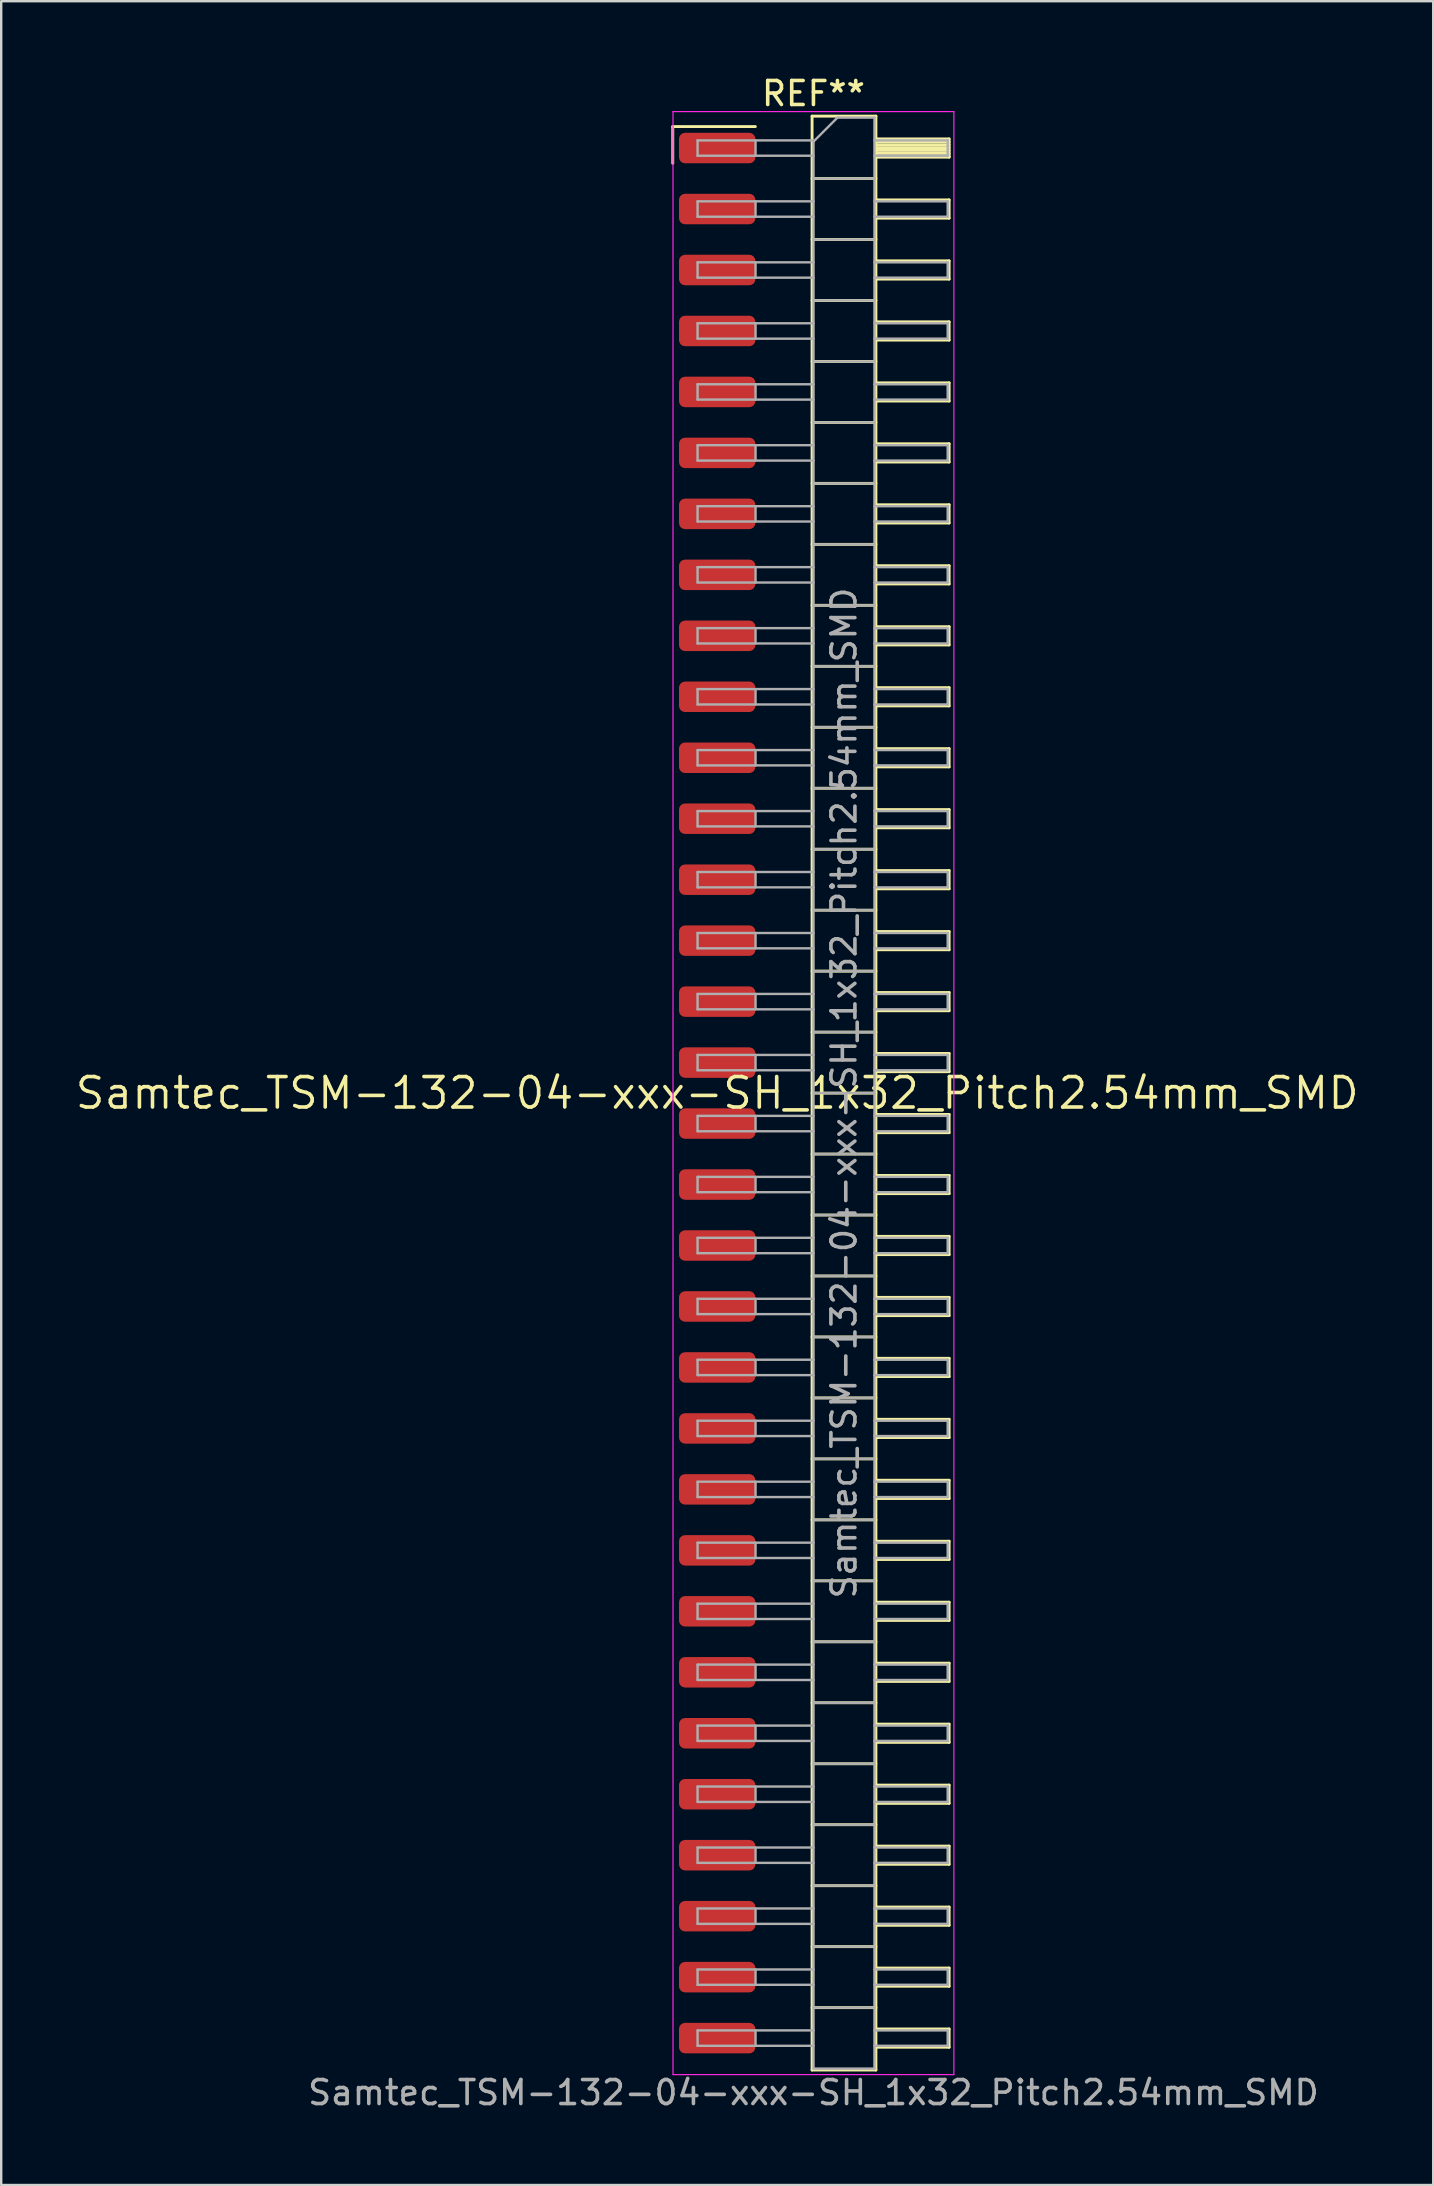
<source format=kicad_pcb>
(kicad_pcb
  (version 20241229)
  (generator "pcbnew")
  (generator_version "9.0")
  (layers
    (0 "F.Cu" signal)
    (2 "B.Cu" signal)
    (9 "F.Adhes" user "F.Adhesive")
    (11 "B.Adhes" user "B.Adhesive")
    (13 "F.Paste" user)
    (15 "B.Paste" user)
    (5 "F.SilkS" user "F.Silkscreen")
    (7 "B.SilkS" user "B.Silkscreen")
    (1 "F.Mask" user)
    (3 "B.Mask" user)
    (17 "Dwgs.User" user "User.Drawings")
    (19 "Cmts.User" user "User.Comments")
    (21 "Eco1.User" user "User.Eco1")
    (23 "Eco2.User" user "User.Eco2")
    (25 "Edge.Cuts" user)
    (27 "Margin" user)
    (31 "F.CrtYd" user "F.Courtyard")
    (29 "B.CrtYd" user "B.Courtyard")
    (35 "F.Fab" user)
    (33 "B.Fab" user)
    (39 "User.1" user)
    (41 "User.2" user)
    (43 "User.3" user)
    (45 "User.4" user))
  (footprint "Samtec_TSM-132-04-xxx-SH_1x32_Pitch2.54mm_SMD"
    (layer "F.Cu")
    (at 26.828 42.488)
    (property "Reference" "Samtec_TSM-132-04-xxx-SH_1x32_Pitch2.54mm_SMD" (at 0 0 0) (layer "F.SilkS") (effects (font (size 1.27 1.27) (thickness 0.15))))
    (attr smd)
    (fp_line (start -1.85 -40.265) (end 1.59 -40.265) (stroke (width 0.12) (type solid)) (layer "F.SilkS"))
    (fp_line (start -1.85 -38.735) (end -1.85 -40.265) (stroke (width 0.12) (type solid)) (layer "F.SilkS"))
    (fp_line (start 3.953 -40.7) (end 6.613 -40.7) (stroke (width 0.12) (type solid)) (layer "F.SilkS"))
    (fp_line (start 3.953 -38.1) (end 6.613 -38.1) (stroke (width 0.12) (type solid)) (layer "F.SilkS"))
    (fp_line (start 3.953 -35.56) (end 6.613 -35.56) (stroke (width 0.12) (type solid)) (layer "F.SilkS"))
    (fp_line (start 3.953 -33.02) (end 6.613 -33.02) (stroke (width 0.12) (type solid)) (layer "F.SilkS"))
    (fp_line (start 3.953 -30.48) (end 6.613 -30.48) (stroke (width 0.12) (type solid)) (layer "F.SilkS"))
    (fp_line (start 3.953 -27.94) (end 6.613 -27.94) (stroke (width 0.12) (type solid)) (layer "F.SilkS"))
    (fp_line (start 3.953 -25.4) (end 6.613 -25.4) (stroke (width 0.12) (type solid)) (layer "F.SilkS"))
    (fp_line (start 3.953 -22.86) (end 6.613 -22.86) (stroke (width 0.12) (type solid)) (layer "F.SilkS"))
    (fp_line (start 3.953 -20.32) (end 6.613 -20.32) (stroke (width 0.12) (type solid)) (layer "F.SilkS"))
    (fp_line (start 3.953 -17.78) (end 6.613 -17.78) (stroke (width 0.12) (type solid)) (layer "F.SilkS"))
    (fp_line (start 3.953 -15.24) (end 6.613 -15.24) (stroke (width 0.12) (type solid)) (layer "F.SilkS"))
    (fp_line (start 3.953 -12.7) (end 6.613 -12.7) (stroke (width 0.12) (type solid)) (layer "F.SilkS"))
    (fp_line (start 3.953 -10.16) (end 6.613 -10.16) (stroke (width 0.12) (type solid)) (layer "F.SilkS"))
    (fp_line (start 3.953 -7.62) (end 6.613 -7.62) (stroke (width 0.12) (type solid)) (layer "F.SilkS"))
    (fp_line (start 3.953 -5.08) (end 6.613 -5.08) (stroke (width 0.12) (type solid)) (layer "F.SilkS"))
    (fp_line (start 3.953 -2.54) (end 6.613 -2.54) (stroke (width 0.12) (type solid)) (layer "F.SilkS"))
    (fp_line (start 3.953 0) (end 6.613 0) (stroke (width 0.12) (type solid)) (layer "F.SilkS"))
    (fp_line (start 3.953 2.54) (end 6.613 2.54) (stroke (width 0.12) (type solid)) (layer "F.SilkS"))
    (fp_line (start 3.953 5.08) (end 6.613 5.08) (stroke (width 0.12) (type solid)) (layer "F.SilkS"))
    (fp_line (start 3.953 7.62) (end 6.613 7.62) (stroke (width 0.12) (type solid)) (layer "F.SilkS"))
    (fp_line (start 3.953 10.16) (end 6.613 10.16) (stroke (width 0.12) (type solid)) (layer "F.SilkS"))
    (fp_line (start 3.953 12.7) (end 6.613 12.7) (stroke (width 0.12) (type solid)) (layer "F.SilkS"))
    (fp_line (start 3.953 15.24) (end 6.613 15.24) (stroke (width 0.12) (type solid)) (layer "F.SilkS"))
    (fp_line (start 3.953 17.78) (end 6.613 17.78) (stroke (width 0.12) (type solid)) (layer "F.SilkS"))
    (fp_line (start 3.953 20.32) (end 6.613 20.32) (stroke (width 0.12) (type solid)) (layer "F.SilkS"))
    (fp_line (start 3.953 22.86) (end 6.613 22.86) (stroke (width 0.12) (type solid)) (layer "F.SilkS"))
    (fp_line (start 3.953 25.4) (end 6.613 25.4) (stroke (width 0.12) (type solid)) (layer "F.SilkS"))
    (fp_line (start 3.953 27.94) (end 6.613 27.94) (stroke (width 0.12) (type solid)) (layer "F.SilkS"))
    (fp_line (start 3.953 30.48) (end 6.613 30.48) (stroke (width 0.12) (type solid)) (layer "F.SilkS"))
    (fp_line (start 3.953 33.02) (end 6.613 33.02) (stroke (width 0.12) (type solid)) (layer "F.SilkS"))
    (fp_line (start 3.953 35.56) (end 6.613 35.56) (stroke (width 0.12) (type solid)) (layer "F.SilkS"))
    (fp_line (start 3.953 38.1) (end 6.613 38.1) (stroke (width 0.12) (type solid)) (layer "F.SilkS"))
    (fp_line (start 3.953 40.7) (end 3.953 -40.7) (stroke (width 0.12) (type solid)) (layer "F.SilkS"))
    (fp_line (start 6.613 -40.7) (end 6.613 40.7) (stroke (width 0.12) (type solid)) (layer "F.SilkS"))
    (fp_line (start 6.613 -39.75) (end 9.663 -39.75) (stroke (width 0.12) (type solid)) (layer "F.SilkS"))
    (fp_line (start 6.613 -39.63) (end 9.663 -39.63) (stroke (width 0.12) (type solid)) (layer "F.SilkS"))
    (fp_line (start 6.613 -39.51) (end 9.663 -39.51) (stroke (width 0.12) (type solid)) (layer "F.SilkS"))
    (fp_line (start 6.613 -39.39) (end 9.663 -39.39) (stroke (width 0.12) (type solid)) (layer "F.SilkS"))
    (fp_line (start 6.613 -39.27) (end 9.663 -39.27) (stroke (width 0.12) (type solid)) (layer "F.SilkS"))
    (fp_line (start 6.613 -39.15) (end 9.663 -39.15) (stroke (width 0.12) (type solid)) (layer "F.SilkS"))
    (fp_line (start 6.613 -39.03) (end 9.663 -39.03) (stroke (width 0.12) (type solid)) (layer "F.SilkS"))
    (fp_line (start 6.613 -38.99) (end 9.663 -38.99) (stroke (width 0.12) (type solid)) (layer "F.SilkS"))
    (fp_line (start 6.613 -37.21) (end 9.663 -37.21) (stroke (width 0.12) (type solid)) (layer "F.SilkS"))
    (fp_line (start 6.613 -36.45) (end 9.663 -36.45) (stroke (width 0.12) (type solid)) (layer "F.SilkS"))
    (fp_line (start 6.613 -34.67) (end 9.663 -34.67) (stroke (width 0.12) (type solid)) (layer "F.SilkS"))
    (fp_line (start 6.613 -33.91) (end 9.663 -33.91) (stroke (width 0.12) (type solid)) (layer "F.SilkS"))
    (fp_line (start 6.613 -32.13) (end 9.663 -32.13) (stroke (width 0.12) (type solid)) (layer "F.SilkS"))
    (fp_line (start 6.613 -31.37) (end 9.663 -31.37) (stroke (width 0.12) (type solid)) (layer "F.SilkS"))
    (fp_line (start 6.613 -29.59) (end 9.663 -29.59) (stroke (width 0.12) (type solid)) (layer "F.SilkS"))
    (fp_line (start 6.613 -28.83) (end 9.663 -28.83) (stroke (width 0.12) (type solid)) (layer "F.SilkS"))
    (fp_line (start 6.613 -27.05) (end 9.663 -27.05) (stroke (width 0.12) (type solid)) (layer "F.SilkS"))
    (fp_line (start 6.613 -26.29) (end 9.663 -26.29) (stroke (width 0.12) (type solid)) (layer "F.SilkS"))
    (fp_line (start 6.613 -24.51) (end 9.663 -24.51) (stroke (width 0.12) (type solid)) (layer "F.SilkS"))
    (fp_line (start 6.613 -23.75) (end 9.663 -23.75) (stroke (width 0.12) (type solid)) (layer "F.SilkS"))
    (fp_line (start 6.613 -21.97) (end 9.663 -21.97) (stroke (width 0.12) (type solid)) (layer "F.SilkS"))
    (fp_line (start 6.613 -21.21) (end 9.663 -21.21) (stroke (width 0.12) (type solid)) (layer "F.SilkS"))
    (fp_line (start 6.613 -19.43) (end 9.663 -19.43) (stroke (width 0.12) (type solid)) (layer "F.SilkS"))
    (fp_line (start 6.613 -18.67) (end 9.663 -18.67) (stroke (width 0.12) (type solid)) (layer "F.SilkS"))
    (fp_line (start 6.613 -16.89) (end 9.663 -16.89) (stroke (width 0.12) (type solid)) (layer "F.SilkS"))
    (fp_line (start 6.613 -16.13) (end 9.663 -16.13) (stroke (width 0.12) (type solid)) (layer "F.SilkS"))
    (fp_line (start 6.613 -14.35) (end 9.663 -14.35) (stroke (width 0.12) (type solid)) (layer "F.SilkS"))
    (fp_line (start 6.613 -13.59) (end 9.663 -13.59) (stroke (width 0.12) (type solid)) (layer "F.SilkS"))
    (fp_line (start 6.613 -11.81) (end 9.663 -11.81) (stroke (width 0.12) (type solid)) (layer "F.SilkS"))
    (fp_line (start 6.613 -11.05) (end 9.663 -11.05) (stroke (width 0.12) (type solid)) (layer "F.SilkS"))
    (fp_line (start 6.613 -9.27) (end 9.663 -9.27) (stroke (width 0.12) (type solid)) (layer "F.SilkS"))
    (fp_line (start 6.613 -8.51) (end 9.663 -8.51) (stroke (width 0.12) (type solid)) (layer "F.SilkS"))
    (fp_line (start 6.613 -6.73) (end 9.663 -6.73) (stroke (width 0.12) (type solid)) (layer "F.SilkS"))
    (fp_line (start 6.613 -5.97) (end 9.663 -5.97) (stroke (width 0.12) (type solid)) (layer "F.SilkS"))
    (fp_line (start 6.613 -4.19) (end 9.663 -4.19) (stroke (width 0.12) (type solid)) (layer "F.SilkS"))
    (fp_line (start 6.613 -3.43) (end 9.663 -3.43) (stroke (width 0.12) (type solid)) (layer "F.SilkS"))
    (fp_line (start 6.613 -1.65) (end 9.663 -1.65) (stroke (width 0.12) (type solid)) (layer "F.SilkS"))
    (fp_line (start 6.613 -0.89) (end 9.663 -0.89) (stroke (width 0.12) (type solid)) (layer "F.SilkS"))
    (fp_line (start 6.613 0.89) (end 9.663 0.89) (stroke (width 0.12) (type solid)) (layer "F.SilkS"))
    (fp_line (start 6.613 1.65) (end 9.663 1.65) (stroke (width 0.12) (type solid)) (layer "F.SilkS"))
    (fp_line (start 6.613 3.43) (end 9.663 3.43) (stroke (width 0.12) (type solid)) (layer "F.SilkS"))
    (fp_line (start 6.613 4.19) (end 9.663 4.19) (stroke (width 0.12) (type solid)) (layer "F.SilkS"))
    (fp_line (start 6.613 5.97) (end 9.663 5.97) (stroke (width 0.12) (type solid)) (layer "F.SilkS"))
    (fp_line (start 6.613 6.73) (end 9.663 6.73) (stroke (width 0.12) (type solid)) (layer "F.SilkS"))
    (fp_line (start 6.613 8.51) (end 9.663 8.51) (stroke (width 0.12) (type solid)) (layer "F.SilkS"))
    (fp_line (start 6.613 9.27) (end 9.663 9.27) (stroke (width 0.12) (type solid)) (layer "F.SilkS"))
    (fp_line (start 6.613 11.05) (end 9.663 11.05) (stroke (width 0.12) (type solid)) (layer "F.SilkS"))
    (fp_line (start 6.613 11.81) (end 9.663 11.81) (stroke (width 0.12) (type solid)) (layer "F.SilkS"))
    (fp_line (start 6.613 13.59) (end 9.663 13.59) (stroke (width 0.12) (type solid)) (layer "F.SilkS"))
    (fp_line (start 6.613 14.35) (end 9.663 14.35) (stroke (width 0.12) (type solid)) (layer "F.SilkS"))
    (fp_line (start 6.613 16.13) (end 9.663 16.13) (stroke (width 0.12) (type solid)) (layer "F.SilkS"))
    (fp_line (start 6.613 16.89) (end 9.663 16.89) (stroke (width 0.12) (type solid)) (layer "F.SilkS"))
    (fp_line (start 6.613 18.67) (end 9.663 18.67) (stroke (width 0.12) (type solid)) (layer "F.SilkS"))
    (fp_line (start 6.613 19.43) (end 9.663 19.43) (stroke (width 0.12) (type solid)) (layer "F.SilkS"))
    (fp_line (start 6.613 21.21) (end 9.663 21.21) (stroke (width 0.12) (type solid)) (layer "F.SilkS"))
    (fp_line (start 6.613 21.97) (end 9.663 21.97) (stroke (width 0.12) (type solid)) (layer "F.SilkS"))
    (fp_line (start 6.613 23.75) (end 9.663 23.75) (stroke (width 0.12) (type solid)) (layer "F.SilkS"))
    (fp_line (start 6.613 24.51) (end 9.663 24.51) (stroke (width 0.12) (type solid)) (layer "F.SilkS"))
    (fp_line (start 6.613 26.29) (end 9.663 26.29) (stroke (width 0.12) (type solid)) (layer "F.SilkS"))
    (fp_line (start 6.613 27.05) (end 9.663 27.05) (stroke (width 0.12) (type solid)) (layer "F.SilkS"))
    (fp_line (start 6.613 28.83) (end 9.663 28.83) (stroke (width 0.12) (type solid)) (layer "F.SilkS"))
    (fp_line (start 6.613 29.59) (end 9.663 29.59) (stroke (width 0.12) (type solid)) (layer "F.SilkS"))
    (fp_line (start 6.613 31.37) (end 9.663 31.37) (stroke (width 0.12) (type solid)) (layer "F.SilkS"))
    (fp_line (start 6.613 32.13) (end 9.663 32.13) (stroke (width 0.12) (type solid)) (layer "F.SilkS"))
    (fp_line (start 6.613 33.91) (end 9.663 33.91) (stroke (width 0.12) (type solid)) (layer "F.SilkS"))
    (fp_line (start 6.613 34.67) (end 9.663 34.67) (stroke (width 0.12) (type solid)) (layer "F.SilkS"))
    (fp_line (start 6.613 36.45) (end 9.663 36.45) (stroke (width 0.12) (type solid)) (layer "F.SilkS"))
    (fp_line (start 6.613 37.21) (end 9.663 37.21) (stroke (width 0.12) (type solid)) (layer "F.SilkS"))
    (fp_line (start 6.613 38.99) (end 9.663 38.99) (stroke (width 0.12) (type solid)) (layer "F.SilkS"))
    (fp_line (start 6.613 39.75) (end 9.663 39.75) (stroke (width 0.12) (type solid)) (layer "F.SilkS"))
    (fp_line (start 6.613 40.7) (end 3.953 40.7) (stroke (width 0.12) (type solid)) (layer "F.SilkS"))
    (fp_line (start 9.663 -39.75) (end 9.663 -38.99) (stroke (width 0.12) (type solid)) (layer "F.SilkS"))
    (fp_line (start 9.663 -37.21) (end 9.663 -36.45) (stroke (width 0.12) (type solid)) (layer "F.SilkS"))
    (fp_line (start 9.663 -34.67) (end 9.663 -33.91) (stroke (width 0.12) (type solid)) (layer "F.SilkS"))
    (fp_line (start 9.663 -32.13) (end 9.663 -31.37) (stroke (width 0.12) (type solid)) (layer "F.SilkS"))
    (fp_line (start 9.663 -29.59) (end 9.663 -28.83) (stroke (width 0.12) (type solid)) (layer "F.SilkS"))
    (fp_line (start 9.663 -27.05) (end 9.663 -26.29) (stroke (width 0.12) (type solid)) (layer "F.SilkS"))
    (fp_line (start 9.663 -24.51) (end 9.663 -23.75) (stroke (width 0.12) (type solid)) (layer "F.SilkS"))
    (fp_line (start 9.663 -21.97) (end 9.663 -21.21) (stroke (width 0.12) (type solid)) (layer "F.SilkS"))
    (fp_line (start 9.663 -19.43) (end 9.663 -18.67) (stroke (width 0.12) (type solid)) (layer "F.SilkS"))
    (fp_line (start 9.663 -16.89) (end 9.663 -16.13) (stroke (width 0.12) (type solid)) (layer "F.SilkS"))
    (fp_line (start 9.663 -14.35) (end 9.663 -13.59) (stroke (width 0.12) (type solid)) (layer "F.SilkS"))
    (fp_line (start 9.663 -11.81) (end 9.663 -11.05) (stroke (width 0.12) (type solid)) (layer "F.SilkS"))
    (fp_line (start 9.663 -9.27) (end 9.663 -8.51) (stroke (width 0.12) (type solid)) (layer "F.SilkS"))
    (fp_line (start 9.663 -6.73) (end 9.663 -5.97) (stroke (width 0.12) (type solid)) (layer "F.SilkS"))
    (fp_line (start 9.663 -4.19) (end 9.663 -3.43) (stroke (width 0.12) (type solid)) (layer "F.SilkS"))
    (fp_line (start 9.663 -1.65) (end 9.663 -0.89) (stroke (width 0.12) (type solid)) (layer "F.SilkS"))
    (fp_line (start 9.663 0.89) (end 9.663 1.65) (stroke (width 0.12) (type solid)) (layer "F.SilkS"))
    (fp_line (start 9.663 3.43) (end 9.663 4.19) (stroke (width 0.12) (type solid)) (layer "F.SilkS"))
    (fp_line (start 9.663 5.97) (end 9.663 6.73) (stroke (width 0.12) (type solid)) (layer "F.SilkS"))
    (fp_line (start 9.663 8.51) (end 9.663 9.27) (stroke (width 0.12) (type solid)) (layer "F.SilkS"))
    (fp_line (start 9.663 11.05) (end 9.663 11.81) (stroke (width 0.12) (type solid)) (layer "F.SilkS"))
    (fp_line (start 9.663 13.59) (end 9.663 14.35) (stroke (width 0.12) (type solid)) (layer "F.SilkS"))
    (fp_line (start 9.663 16.13) (end 9.663 16.89) (stroke (width 0.12) (type solid)) (layer "F.SilkS"))
    (fp_line (start 9.663 18.67) (end 9.663 19.43) (stroke (width 0.12) (type solid)) (layer "F.SilkS"))
    (fp_line (start 9.663 21.21) (end 9.663 21.97) (stroke (width 0.12) (type solid)) (layer "F.SilkS"))
    (fp_line (start 9.663 23.75) (end 9.663 24.51) (stroke (width 0.12) (type solid)) (layer "F.SilkS"))
    (fp_line (start 9.663 26.29) (end 9.663 27.05) (stroke (width 0.12) (type solid)) (layer "F.SilkS"))
    (fp_line (start 9.663 28.83) (end 9.663 29.59) (stroke (width 0.12) (type solid)) (layer "F.SilkS"))
    (fp_line (start 9.663 31.37) (end 9.663 32.13) (stroke (width 0.12) (type solid)) (layer "F.SilkS"))
    (fp_line (start 9.663 33.91) (end 9.663 34.67) (stroke (width 0.12) (type solid)) (layer "F.SilkS"))
    (fp_line (start 9.663 36.45) (end 9.663 37.21) (stroke (width 0.12) (type solid)) (layer "F.SilkS"))
    (fp_line (start 9.663 38.99) (end 9.663 39.75) (stroke (width 0.12) (type solid)) (layer "F.SilkS"))
    (fp_line (start -1.84 -40.89) (end 9.86 -40.89) (stroke (width 0.05) (type solid)) (layer "F.CrtYd"))
    (fp_line (start -1.84 40.89) (end -1.84 -40.89) (stroke (width 0.05) (type solid)) (layer "F.CrtYd"))
    (fp_line (start 9.86 -40.89) (end 9.86 40.89) (stroke (width 0.05) (type solid)) (layer "F.CrtYd"))
    (fp_line (start 9.86 40.89) (end -1.84 40.89) (stroke (width 0.05) (type solid)) (layer "F.CrtYd"))
    (fp_line (start -0.817 -39.69) (end -0.817 -39.05) (stroke (width 0.1) (type solid)) (layer "F.Fab"))
    (fp_line (start -0.817 -39.69) (end 4.013 -39.69) (stroke (width 0.1) (type solid)) (layer "F.Fab"))
    (fp_line (start -0.817 -39.05) (end 4.013 -39.05) (stroke (width 0.1) (type solid)) (layer "F.Fab"))
    (fp_line (start -0.817 -37.15) (end -0.817 -36.51) (stroke (width 0.1) (type solid)) (layer "F.Fab"))
    (fp_line (start -0.817 -37.15) (end 4.013 -37.15) (stroke (width 0.1) (type solid)) (layer "F.Fab"))
    (fp_line (start -0.817 -36.51) (end 4.013 -36.51) (stroke (width 0.1) (type solid)) (layer "F.Fab"))
    (fp_line (start -0.817 -34.61) (end -0.817 -33.97) (stroke (width 0.1) (type solid)) (layer "F.Fab"))
    (fp_line (start -0.817 -34.61) (end 4.013 -34.61) (stroke (width 0.1) (type solid)) (layer "F.Fab"))
    (fp_line (start -0.817 -33.97) (end 4.013 -33.97) (stroke (width 0.1) (type solid)) (layer "F.Fab"))
    (fp_line (start -0.817 -32.07) (end -0.817 -31.43) (stroke (width 0.1) (type solid)) (layer "F.Fab"))
    (fp_line (start -0.817 -32.07) (end 4.013 -32.07) (stroke (width 0.1) (type solid)) (layer "F.Fab"))
    (fp_line (start -0.817 -31.43) (end 4.013 -31.43) (stroke (width 0.1) (type solid)) (layer "F.Fab"))
    (fp_line (start -0.817 -29.53) (end -0.817 -28.89) (stroke (width 0.1) (type solid)) (layer "F.Fab"))
    (fp_line (start -0.817 -29.53) (end 4.013 -29.53) (stroke (width 0.1) (type solid)) (layer "F.Fab"))
    (fp_line (start -0.817 -28.89) (end 4.013 -28.89) (stroke (width 0.1) (type solid)) (layer "F.Fab"))
    (fp_line (start -0.817 -26.99) (end -0.817 -26.35) (stroke (width 0.1) (type solid)) (layer "F.Fab"))
    (fp_line (start -0.817 -26.99) (end 4.013 -26.99) (stroke (width 0.1) (type solid)) (layer "F.Fab"))
    (fp_line (start -0.817 -26.35) (end 4.013 -26.35) (stroke (width 0.1) (type solid)) (layer "F.Fab"))
    (fp_line (start -0.817 -24.45) (end -0.817 -23.81) (stroke (width 0.1) (type solid)) (layer "F.Fab"))
    (fp_line (start -0.817 -24.45) (end 4.013 -24.45) (stroke (width 0.1) (type solid)) (layer "F.Fab"))
    (fp_line (start -0.817 -23.81) (end 4.013 -23.81) (stroke (width 0.1) (type solid)) (layer "F.Fab"))
    (fp_line (start -0.817 -21.91) (end -0.817 -21.27) (stroke (width 0.1) (type solid)) (layer "F.Fab"))
    (fp_line (start -0.817 -21.91) (end 4.013 -21.91) (stroke (width 0.1) (type solid)) (layer "F.Fab"))
    (fp_line (start -0.817 -21.27) (end 4.013 -21.27) (stroke (width 0.1) (type solid)) (layer "F.Fab"))
    (fp_line (start -0.817 -19.37) (end -0.817 -18.73) (stroke (width 0.1) (type solid)) (layer "F.Fab"))
    (fp_line (start -0.817 -19.37) (end 4.013 -19.37) (stroke (width 0.1) (type solid)) (layer "F.Fab"))
    (fp_line (start -0.817 -18.73) (end 4.013 -18.73) (stroke (width 0.1) (type solid)) (layer "F.Fab"))
    (fp_line (start -0.817 -16.83) (end -0.817 -16.19) (stroke (width 0.1) (type solid)) (layer "F.Fab"))
    (fp_line (start -0.817 -16.83) (end 4.013 -16.83) (stroke (width 0.1) (type solid)) (layer "F.Fab"))
    (fp_line (start -0.817 -16.19) (end 4.013 -16.19) (stroke (width 0.1) (type solid)) (layer "F.Fab"))
    (fp_line (start -0.817 -14.29) (end -0.817 -13.65) (stroke (width 0.1) (type solid)) (layer "F.Fab"))
    (fp_line (start -0.817 -14.29) (end 4.013 -14.29) (stroke (width 0.1) (type solid)) (layer "F.Fab"))
    (fp_line (start -0.817 -13.65) (end 4.013 -13.65) (stroke (width 0.1) (type solid)) (layer "F.Fab"))
    (fp_line (start -0.817 -11.75) (end -0.817 -11.11) (stroke (width 0.1) (type solid)) (layer "F.Fab"))
    (fp_line (start -0.817 -11.75) (end 4.013 -11.75) (stroke (width 0.1) (type solid)) (layer "F.Fab"))
    (fp_line (start -0.817 -11.11) (end 4.013 -11.11) (stroke (width 0.1) (type solid)) (layer "F.Fab"))
    (fp_line (start -0.817 -9.21) (end -0.817 -8.57) (stroke (width 0.1) (type solid)) (layer "F.Fab"))
    (fp_line (start -0.817 -9.21) (end 4.013 -9.21) (stroke (width 0.1) (type solid)) (layer "F.Fab"))
    (fp_line (start -0.817 -8.57) (end 4.013 -8.57) (stroke (width 0.1) (type solid)) (layer "F.Fab"))
    (fp_line (start -0.817 -6.67) (end -0.817 -6.03) (stroke (width 0.1) (type solid)) (layer "F.Fab"))
    (fp_line (start -0.817 -6.67) (end 4.013 -6.67) (stroke (width 0.1) (type solid)) (layer "F.Fab"))
    (fp_line (start -0.817 -6.03) (end 4.013 -6.03) (stroke (width 0.1) (type solid)) (layer "F.Fab"))
    (fp_line (start -0.817 -4.13) (end -0.817 -3.49) (stroke (width 0.1) (type solid)) (layer "F.Fab"))
    (fp_line (start -0.817 -4.13) (end 4.013 -4.13) (stroke (width 0.1) (type solid)) (layer "F.Fab"))
    (fp_line (start -0.817 -3.49) (end 4.013 -3.49) (stroke (width 0.1) (type solid)) (layer "F.Fab"))
    (fp_line (start -0.817 -1.59) (end -0.817 -0.95) (stroke (width 0.1) (type solid)) (layer "F.Fab"))
    (fp_line (start -0.817 -1.59) (end 4.013 -1.59) (stroke (width 0.1) (type solid)) (layer "F.Fab"))
    (fp_line (start -0.817 -0.95) (end 4.013 -0.95) (stroke (width 0.1) (type solid)) (layer "F.Fab"))
    (fp_line (start -0.817 0.95) (end -0.817 1.59) (stroke (width 0.1) (type solid)) (layer "F.Fab"))
    (fp_line (start -0.817 0.95) (end 4.013 0.95) (stroke (width 0.1) (type solid)) (layer "F.Fab"))
    (fp_line (start -0.817 1.59) (end 4.013 1.59) (stroke (width 0.1) (type solid)) (layer "F.Fab"))
    (fp_line (start -0.817 3.49) (end -0.817 4.13) (stroke (width 0.1) (type solid)) (layer "F.Fab"))
    (fp_line (start -0.817 3.49) (end 4.013 3.49) (stroke (width 0.1) (type solid)) (layer "F.Fab"))
    (fp_line (start -0.817 4.13) (end 4.013 4.13) (stroke (width 0.1) (type solid)) (layer "F.Fab"))
    (fp_line (start -0.817 6.03) (end -0.817 6.67) (stroke (width 0.1) (type solid)) (layer "F.Fab"))
    (fp_line (start -0.817 6.03) (end 4.013 6.03) (stroke (width 0.1) (type solid)) (layer "F.Fab"))
    (fp_line (start -0.817 6.67) (end 4.013 6.67) (stroke (width 0.1) (type solid)) (layer "F.Fab"))
    (fp_line (start -0.817 8.57) (end -0.817 9.21) (stroke (width 0.1) (type solid)) (layer "F.Fab"))
    (fp_line (start -0.817 8.57) (end 4.013 8.57) (stroke (width 0.1) (type solid)) (layer "F.Fab"))
    (fp_line (start -0.817 9.21) (end 4.013 9.21) (stroke (width 0.1) (type solid)) (layer "F.Fab"))
    (fp_line (start -0.817 11.11) (end -0.817 11.75) (stroke (width 0.1) (type solid)) (layer "F.Fab"))
    (fp_line (start -0.817 11.11) (end 4.013 11.11) (stroke (width 0.1) (type solid)) (layer "F.Fab"))
    (fp_line (start -0.817 11.75) (end 4.013 11.75) (stroke (width 0.1) (type solid)) (layer "F.Fab"))
    (fp_line (start -0.817 13.65) (end -0.817 14.29) (stroke (width 0.1) (type solid)) (layer "F.Fab"))
    (fp_line (start -0.817 13.65) (end 4.013 13.65) (stroke (width 0.1) (type solid)) (layer "F.Fab"))
    (fp_line (start -0.817 14.29) (end 4.013 14.29) (stroke (width 0.1) (type solid)) (layer "F.Fab"))
    (fp_line (start -0.817 16.19) (end -0.817 16.83) (stroke (width 0.1) (type solid)) (layer "F.Fab"))
    (fp_line (start -0.817 16.19) (end 4.013 16.19) (stroke (width 0.1) (type solid)) (layer "F.Fab"))
    (fp_line (start -0.817 16.83) (end 4.013 16.83) (stroke (width 0.1) (type solid)) (layer "F.Fab"))
    (fp_line (start -0.817 18.73) (end -0.817 19.37) (stroke (width 0.1) (type solid)) (layer "F.Fab"))
    (fp_line (start -0.817 18.73) (end 4.013 18.73) (stroke (width 0.1) (type solid)) (layer "F.Fab"))
    (fp_line (start -0.817 19.37) (end 4.013 19.37) (stroke (width 0.1) (type solid)) (layer "F.Fab"))
    (fp_line (start -0.817 21.27) (end -0.817 21.91) (stroke (width 0.1) (type solid)) (layer "F.Fab"))
    (fp_line (start -0.817 21.27) (end 4.013 21.27) (stroke (width 0.1) (type solid)) (layer "F.Fab"))
    (fp_line (start -0.817 21.91) (end 4.013 21.91) (stroke (width 0.1) (type solid)) (layer "F.Fab"))
    (fp_line (start -0.817 23.81) (end -0.817 24.45) (stroke (width 0.1) (type solid)) (layer "F.Fab"))
    (fp_line (start -0.817 23.81) (end 4.013 23.81) (stroke (width 0.1) (type solid)) (layer "F.Fab"))
    (fp_line (start -0.817 24.45) (end 4.013 24.45) (stroke (width 0.1) (type solid)) (layer "F.Fab"))
    (fp_line (start -0.817 26.35) (end -0.817 26.99) (stroke (width 0.1) (type solid)) (layer "F.Fab"))
    (fp_line (start -0.817 26.35) (end 4.013 26.35) (stroke (width 0.1) (type solid)) (layer "F.Fab"))
    (fp_line (start -0.817 26.99) (end 4.013 26.99) (stroke (width 0.1) (type solid)) (layer "F.Fab"))
    (fp_line (start -0.817 28.89) (end -0.817 29.53) (stroke (width 0.1) (type solid)) (layer "F.Fab"))
    (fp_line (start -0.817 28.89) (end 4.013 28.89) (stroke (width 0.1) (type solid)) (layer "F.Fab"))
    (fp_line (start -0.817 29.53) (end 4.013 29.53) (stroke (width 0.1) (type solid)) (layer "F.Fab"))
    (fp_line (start -0.817 31.43) (end -0.817 32.07) (stroke (width 0.1) (type solid)) (layer "F.Fab"))
    (fp_line (start -0.817 31.43) (end 4.013 31.43) (stroke (width 0.1) (type solid)) (layer "F.Fab"))
    (fp_line (start -0.817 32.07) (end 4.013 32.07) (stroke (width 0.1) (type solid)) (layer "F.Fab"))
    (fp_line (start -0.817 33.97) (end -0.817 34.61) (stroke (width 0.1) (type solid)) (layer "F.Fab"))
    (fp_line (start -0.817 33.97) (end 4.013 33.97) (stroke (width 0.1) (type solid)) (layer "F.Fab"))
    (fp_line (start -0.817 34.61) (end 4.013 34.61) (stroke (width 0.1) (type solid)) (layer "F.Fab"))
    (fp_line (start -0.817 36.51) (end -0.817 37.15) (stroke (width 0.1) (type solid)) (layer "F.Fab"))
    (fp_line (start -0.817 36.51) (end 4.013 36.51) (stroke (width 0.1) (type solid)) (layer "F.Fab"))
    (fp_line (start -0.817 37.15) (end 4.013 37.15) (stroke (width 0.1) (type solid)) (layer "F.Fab"))
    (fp_line (start -0.817 39.05) (end -0.817 39.69) (stroke (width 0.1) (type solid)) (layer "F.Fab"))
    (fp_line (start -0.817 39.05) (end 4.013 39.05) (stroke (width 0.1) (type solid)) (layer "F.Fab"))
    (fp_line (start -0.817 39.69) (end 4.013 39.69) (stroke (width 0.1) (type solid)) (layer "F.Fab"))
    (fp_line (start 1.598 -39.69) (end 1.598 -39.05) (stroke (width 0.1) (type solid)) (layer "F.Fab"))
    (fp_line (start 1.598 -37.15) (end 1.598 -36.51) (stroke (width 0.1) (type solid)) (layer "F.Fab"))
    (fp_line (start 1.598 -34.61) (end 1.598 -33.97) (stroke (width 0.1) (type solid)) (layer "F.Fab"))
    (fp_line (start 1.598 -32.07) (end 1.598 -31.43) (stroke (width 0.1) (type solid)) (layer "F.Fab"))
    (fp_line (start 1.598 -29.53) (end 1.598 -28.89) (stroke (width 0.1) (type solid)) (layer "F.Fab"))
    (fp_line (start 1.598 -26.99) (end 1.598 -26.35) (stroke (width 0.1) (type solid)) (layer "F.Fab"))
    (fp_line (start 1.598 -24.45) (end 1.598 -23.81) (stroke (width 0.1) (type solid)) (layer "F.Fab"))
    (fp_line (start 1.598 -21.91) (end 1.598 -21.27) (stroke (width 0.1) (type solid)) (layer "F.Fab"))
    (fp_line (start 1.598 -19.37) (end 1.598 -18.73) (stroke (width 0.1) (type solid)) (layer "F.Fab"))
    (fp_line (start 1.598 -16.83) (end 1.598 -16.19) (stroke (width 0.1) (type solid)) (layer "F.Fab"))
    (fp_line (start 1.598 -14.29) (end 1.598 -13.65) (stroke (width 0.1) (type solid)) (layer "F.Fab"))
    (fp_line (start 1.598 -11.75) (end 1.598 -11.11) (stroke (width 0.1) (type solid)) (layer "F.Fab"))
    (fp_line (start 1.598 -9.21) (end 1.598 -8.57) (stroke (width 0.1) (type solid)) (layer "F.Fab"))
    (fp_line (start 1.598 -6.67) (end 1.598 -6.03) (stroke (width 0.1) (type solid)) (layer "F.Fab"))
    (fp_line (start 1.598 -4.13) (end 1.598 -3.49) (stroke (width 0.1) (type solid)) (layer "F.Fab"))
    (fp_line (start 1.598 -1.59) (end 1.598 -0.95) (stroke (width 0.1) (type solid)) (layer "F.Fab"))
    (fp_line (start 1.598 0.95) (end 1.598 1.59) (stroke (width 0.1) (type solid)) (layer "F.Fab"))
    (fp_line (start 1.598 3.49) (end 1.598 4.13) (stroke (width 0.1) (type solid)) (layer "F.Fab"))
    (fp_line (start 1.598 6.03) (end 1.598 6.67) (stroke (width 0.1) (type solid)) (layer "F.Fab"))
    (fp_line (start 1.598 8.57) (end 1.598 9.21) (stroke (width 0.1) (type solid)) (layer "F.Fab"))
    (fp_line (start 1.598 11.11) (end 1.598 11.75) (stroke (width 0.1) (type solid)) (layer "F.Fab"))
    (fp_line (start 1.598 13.65) (end 1.598 14.29) (stroke (width 0.1) (type solid)) (layer "F.Fab"))
    (fp_line (start 1.598 16.19) (end 1.598 16.83) (stroke (width 0.1) (type solid)) (layer "F.Fab"))
    (fp_line (start 1.598 18.73) (end 1.598 19.37) (stroke (width 0.1) (type solid)) (layer "F.Fab"))
    (fp_line (start 1.598 21.27) (end 1.598 21.91) (stroke (width 0.1) (type solid)) (layer "F.Fab"))
    (fp_line (start 1.598 23.81) (end 1.598 24.45) (stroke (width 0.1) (type solid)) (layer "F.Fab"))
    (fp_line (start 1.598 26.35) (end 1.598 26.99) (stroke (width 0.1) (type solid)) (layer "F.Fab"))
    (fp_line (start 1.598 28.89) (end 1.598 29.53) (stroke (width 0.1) (type solid)) (layer "F.Fab"))
    (fp_line (start 1.598 31.43) (end 1.598 32.07) (stroke (width 0.1) (type solid)) (layer "F.Fab"))
    (fp_line (start 1.598 33.97) (end 1.598 34.61) (stroke (width 0.1) (type solid)) (layer "F.Fab"))
    (fp_line (start 1.598 36.51) (end 1.598 37.15) (stroke (width 0.1) (type solid)) (layer "F.Fab"))
    (fp_line (start 1.598 39.05) (end 1.598 39.69) (stroke (width 0.1) (type solid)) (layer "F.Fab"))
    (fp_line (start 4.013 -39.64) (end 5.013 -40.64) (stroke (width 0.1) (type solid)) (layer "F.Fab"))
    (fp_line (start 4.013 -38.1) (end 6.553 -38.1) (stroke (width 0.1) (type solid)) (layer "F.Fab"))
    (fp_line (start 4.013 -35.56) (end 6.553 -35.56) (stroke (width 0.1) (type solid)) (layer "F.Fab"))
    (fp_line (start 4.013 -33.02) (end 6.553 -33.02) (stroke (width 0.1) (type solid)) (layer "F.Fab"))
    (fp_line (start 4.013 -30.48) (end 6.553 -30.48) (stroke (width 0.1) (type solid)) (layer "F.Fab"))
    (fp_line (start 4.013 -27.94) (end 6.553 -27.94) (stroke (width 0.1) (type solid)) (layer "F.Fab"))
    (fp_line (start 4.013 -25.4) (end 6.553 -25.4) (stroke (width 0.1) (type solid)) (layer "F.Fab"))
    (fp_line (start 4.013 -22.86) (end 6.553 -22.86) (stroke (width 0.1) (type solid)) (layer "F.Fab"))
    (fp_line (start 4.013 -20.32) (end 6.553 -20.32) (stroke (width 0.1) (type solid)) (layer "F.Fab"))
    (fp_line (start 4.013 -17.78) (end 6.553 -17.78) (stroke (width 0.1) (type solid)) (layer "F.Fab"))
    (fp_line (start 4.013 -15.24) (end 6.553 -15.24) (stroke (width 0.1) (type solid)) (layer "F.Fab"))
    (fp_line (start 4.013 -12.7) (end 6.553 -12.7) (stroke (width 0.1) (type solid)) (layer "F.Fab"))
    (fp_line (start 4.013 -10.16) (end 6.553 -10.16) (stroke (width 0.1) (type solid)) (layer "F.Fab"))
    (fp_line (start 4.013 -7.62) (end 6.553 -7.62) (stroke (width 0.1) (type solid)) (layer "F.Fab"))
    (fp_line (start 4.013 -5.08) (end 6.553 -5.08) (stroke (width 0.1) (type solid)) (layer "F.Fab"))
    (fp_line (start 4.013 -2.54) (end 6.553 -2.54) (stroke (width 0.1) (type solid)) (layer "F.Fab"))
    (fp_line (start 4.013 0) (end 6.553 0) (stroke (width 0.1) (type solid)) (layer "F.Fab"))
    (fp_line (start 4.013 2.54) (end 6.553 2.54) (stroke (width 0.1) (type solid)) (layer "F.Fab"))
    (fp_line (start 4.013 5.08) (end 6.553 5.08) (stroke (width 0.1) (type solid)) (layer "F.Fab"))
    (fp_line (start 4.013 7.62) (end 6.553 7.62) (stroke (width 0.1) (type solid)) (layer "F.Fab"))
    (fp_line (start 4.013 10.16) (end 6.553 10.16) (stroke (width 0.1) (type solid)) (layer "F.Fab"))
    (fp_line (start 4.013 12.7) (end 6.553 12.7) (stroke (width 0.1) (type solid)) (layer "F.Fab"))
    (fp_line (start 4.013 15.24) (end 6.553 15.24) (stroke (width 0.1) (type solid)) (layer "F.Fab"))
    (fp_line (start 4.013 17.78) (end 6.553 17.78) (stroke (width 0.1) (type solid)) (layer "F.Fab"))
    (fp_line (start 4.013 20.32) (end 6.553 20.32) (stroke (width 0.1) (type solid)) (layer "F.Fab"))
    (fp_line (start 4.013 22.86) (end 6.553 22.86) (stroke (width 0.1) (type solid)) (layer "F.Fab"))
    (fp_line (start 4.013 25.4) (end 6.553 25.4) (stroke (width 0.1) (type solid)) (layer "F.Fab"))
    (fp_line (start 4.013 27.94) (end 6.553 27.94) (stroke (width 0.1) (type solid)) (layer "F.Fab"))
    (fp_line (start 4.013 30.48) (end 6.553 30.48) (stroke (width 0.1) (type solid)) (layer "F.Fab"))
    (fp_line (start 4.013 33.02) (end 6.553 33.02) (stroke (width 0.1) (type solid)) (layer "F.Fab"))
    (fp_line (start 4.013 35.56) (end 6.553 35.56) (stroke (width 0.1) (type solid)) (layer "F.Fab"))
    (fp_line (start 4.013 38.1) (end 6.553 38.1) (stroke (width 0.1) (type solid)) (layer "F.Fab"))
    (fp_line (start 4.013 40.64) (end 4.013 -39.64) (stroke (width 0.1) (type solid)) (layer "F.Fab"))
    (fp_line (start 5.013 -40.64) (end 6.553 -40.64) (stroke (width 0.1) (type solid)) (layer "F.Fab"))
    (fp_line (start 6.553 -40.64) (end 6.553 40.64) (stroke (width 0.1) (type solid)) (layer "F.Fab"))
    (fp_line (start 6.553 -39.69) (end 9.603 -39.69) (stroke (width 0.1) (type solid)) (layer "F.Fab"))
    (fp_line (start 6.553 -39.05) (end 9.603 -39.05) (stroke (width 0.1) (type solid)) (layer "F.Fab"))
    (fp_line (start 6.553 -37.15) (end 9.603 -37.15) (stroke (width 0.1) (type solid)) (layer "F.Fab"))
    (fp_line (start 6.553 -36.51) (end 9.603 -36.51) (stroke (width 0.1) (type solid)) (layer "F.Fab"))
    (fp_line (start 6.553 -34.61) (end 9.603 -34.61) (stroke (width 0.1) (type solid)) (layer "F.Fab"))
    (fp_line (start 6.553 -33.97) (end 9.603 -33.97) (stroke (width 0.1) (type solid)) (layer "F.Fab"))
    (fp_line (start 6.553 -32.07) (end 9.603 -32.07) (stroke (width 0.1) (type solid)) (layer "F.Fab"))
    (fp_line (start 6.553 -31.43) (end 9.603 -31.43) (stroke (width 0.1) (type solid)) (layer "F.Fab"))
    (fp_line (start 6.553 -29.53) (end 9.603 -29.53) (stroke (width 0.1) (type solid)) (layer "F.Fab"))
    (fp_line (start 6.553 -28.89) (end 9.603 -28.89) (stroke (width 0.1) (type solid)) (layer "F.Fab"))
    (fp_line (start 6.553 -26.99) (end 9.603 -26.99) (stroke (width 0.1) (type solid)) (layer "F.Fab"))
    (fp_line (start 6.553 -26.35) (end 9.603 -26.35) (stroke (width 0.1) (type solid)) (layer "F.Fab"))
    (fp_line (start 6.553 -24.45) (end 9.603 -24.45) (stroke (width 0.1) (type solid)) (layer "F.Fab"))
    (fp_line (start 6.553 -23.81) (end 9.603 -23.81) (stroke (width 0.1) (type solid)) (layer "F.Fab"))
    (fp_line (start 6.553 -21.91) (end 9.603 -21.91) (stroke (width 0.1) (type solid)) (layer "F.Fab"))
    (fp_line (start 6.553 -21.27) (end 9.603 -21.27) (stroke (width 0.1) (type solid)) (layer "F.Fab"))
    (fp_line (start 6.553 -19.37) (end 9.603 -19.37) (stroke (width 0.1) (type solid)) (layer "F.Fab"))
    (fp_line (start 6.553 -18.73) (end 9.603 -18.73) (stroke (width 0.1) (type solid)) (layer "F.Fab"))
    (fp_line (start 6.553 -16.83) (end 9.603 -16.83) (stroke (width 0.1) (type solid)) (layer "F.Fab"))
    (fp_line (start 6.553 -16.19) (end 9.603 -16.19) (stroke (width 0.1) (type solid)) (layer "F.Fab"))
    (fp_line (start 6.553 -14.29) (end 9.603 -14.29) (stroke (width 0.1) (type solid)) (layer "F.Fab"))
    (fp_line (start 6.553 -13.65) (end 9.603 -13.65) (stroke (width 0.1) (type solid)) (layer "F.Fab"))
    (fp_line (start 6.553 -11.75) (end 9.603 -11.75) (stroke (width 0.1) (type solid)) (layer "F.Fab"))
    (fp_line (start 6.553 -11.11) (end 9.603 -11.11) (stroke (width 0.1) (type solid)) (layer "F.Fab"))
    (fp_line (start 6.553 -9.21) (end 9.603 -9.21) (stroke (width 0.1) (type solid)) (layer "F.Fab"))
    (fp_line (start 6.553 -8.57) (end 9.603 -8.57) (stroke (width 0.1) (type solid)) (layer "F.Fab"))
    (fp_line (start 6.553 -6.67) (end 9.603 -6.67) (stroke (width 0.1) (type solid)) (layer "F.Fab"))
    (fp_line (start 6.553 -6.03) (end 9.603 -6.03) (stroke (width 0.1) (type solid)) (layer "F.Fab"))
    (fp_line (start 6.553 -4.13) (end 9.603 -4.13) (stroke (width 0.1) (type solid)) (layer "F.Fab"))
    (fp_line (start 6.553 -3.49) (end 9.603 -3.49) (stroke (width 0.1) (type solid)) (layer "F.Fab"))
    (fp_line (start 6.553 -1.59) (end 9.603 -1.59) (stroke (width 0.1) (type solid)) (layer "F.Fab"))
    (fp_line (start 6.553 -0.95) (end 9.603 -0.95) (stroke (width 0.1) (type solid)) (layer "F.Fab"))
    (fp_line (start 6.553 0.95) (end 9.603 0.95) (stroke (width 0.1) (type solid)) (layer "F.Fab"))
    (fp_line (start 6.553 1.59) (end 9.603 1.59) (stroke (width 0.1) (type solid)) (layer "F.Fab"))
    (fp_line (start 6.553 3.49) (end 9.603 3.49) (stroke (width 0.1) (type solid)) (layer "F.Fab"))
    (fp_line (start 6.553 4.13) (end 9.603 4.13) (stroke (width 0.1) (type solid)) (layer "F.Fab"))
    (fp_line (start 6.553 6.03) (end 9.603 6.03) (stroke (width 0.1) (type solid)) (layer "F.Fab"))
    (fp_line (start 6.553 6.67) (end 9.603 6.67) (stroke (width 0.1) (type solid)) (layer "F.Fab"))
    (fp_line (start 6.553 8.57) (end 9.603 8.57) (stroke (width 0.1) (type solid)) (layer "F.Fab"))
    (fp_line (start 6.553 9.21) (end 9.603 9.21) (stroke (width 0.1) (type solid)) (layer "F.Fab"))
    (fp_line (start 6.553 11.11) (end 9.603 11.11) (stroke (width 0.1) (type solid)) (layer "F.Fab"))
    (fp_line (start 6.553 11.75) (end 9.603 11.75) (stroke (width 0.1) (type solid)) (layer "F.Fab"))
    (fp_line (start 6.553 13.65) (end 9.603 13.65) (stroke (width 0.1) (type solid)) (layer "F.Fab"))
    (fp_line (start 6.553 14.29) (end 9.603 14.29) (stroke (width 0.1) (type solid)) (layer "F.Fab"))
    (fp_line (start 6.553 16.19) (end 9.603 16.19) (stroke (width 0.1) (type solid)) (layer "F.Fab"))
    (fp_line (start 6.553 16.83) (end 9.603 16.83) (stroke (width 0.1) (type solid)) (layer "F.Fab"))
    (fp_line (start 6.553 18.73) (end 9.603 18.73) (stroke (width 0.1) (type solid)) (layer "F.Fab"))
    (fp_line (start 6.553 19.37) (end 9.603 19.37) (stroke (width 0.1) (type solid)) (layer "F.Fab"))
    (fp_line (start 6.553 21.27) (end 9.603 21.27) (stroke (width 0.1) (type solid)) (layer "F.Fab"))
    (fp_line (start 6.553 21.91) (end 9.603 21.91) (stroke (width 0.1) (type solid)) (layer "F.Fab"))
    (fp_line (start 6.553 23.81) (end 9.603 23.81) (stroke (width 0.1) (type solid)) (layer "F.Fab"))
    (fp_line (start 6.553 24.45) (end 9.603 24.45) (stroke (width 0.1) (type solid)) (layer "F.Fab"))
    (fp_line (start 6.553 26.35) (end 9.603 26.35) (stroke (width 0.1) (type solid)) (layer "F.Fab"))
    (fp_line (start 6.553 26.99) (end 9.603 26.99) (stroke (width 0.1) (type solid)) (layer "F.Fab"))
    (fp_line (start 6.553 28.89) (end 9.603 28.89) (stroke (width 0.1) (type solid)) (layer "F.Fab"))
    (fp_line (start 6.553 29.53) (end 9.603 29.53) (stroke (width 0.1) (type solid)) (layer "F.Fab"))
    (fp_line (start 6.553 31.43) (end 9.603 31.43) (stroke (width 0.1) (type solid)) (layer "F.Fab"))
    (fp_line (start 6.553 32.07) (end 9.603 32.07) (stroke (width 0.1) (type solid)) (layer "F.Fab"))
    (fp_line (start 6.553 33.97) (end 9.603 33.97) (stroke (width 0.1) (type solid)) (layer "F.Fab"))
    (fp_line (start 6.553 34.61) (end 9.603 34.61) (stroke (width 0.1) (type solid)) (layer "F.Fab"))
    (fp_line (start 6.553 36.51) (end 9.603 36.51) (stroke (width 0.1) (type solid)) (layer "F.Fab"))
    (fp_line (start 6.553 37.15) (end 9.603 37.15) (stroke (width 0.1) (type solid)) (layer "F.Fab"))
    (fp_line (start 6.553 39.05) (end 9.603 39.05) (stroke (width 0.1) (type solid)) (layer "F.Fab"))
    (fp_line (start 6.553 39.69) (end 9.603 39.69) (stroke (width 0.1) (type solid)) (layer "F.Fab"))
    (fp_line (start 6.553 40.64) (end 4.013 40.64) (stroke (width 0.1) (type solid)) (layer "F.Fab"))
    (fp_line (start 9.603 -39.69) (end 9.603 -39.05) (stroke (width 0.1) (type solid)) (layer "F.Fab"))
    (fp_line (start 9.603 -37.15) (end 9.603 -36.51) (stroke (width 0.1) (type solid)) (layer "F.Fab"))
    (fp_line (start 9.603 -34.61) (end 9.603 -33.97) (stroke (width 0.1) (type solid)) (layer "F.Fab"))
    (fp_line (start 9.603 -32.07) (end 9.603 -31.43) (stroke (width 0.1) (type solid)) (layer "F.Fab"))
    (fp_line (start 9.603 -29.53) (end 9.603 -28.89) (stroke (width 0.1) (type solid)) (layer "F.Fab"))
    (fp_line (start 9.603 -26.99) (end 9.603 -26.35) (stroke (width 0.1) (type solid)) (layer "F.Fab"))
    (fp_line (start 9.603 -24.45) (end 9.603 -23.81) (stroke (width 0.1) (type solid)) (layer "F.Fab"))
    (fp_line (start 9.603 -21.91) (end 9.603 -21.27) (stroke (width 0.1) (type solid)) (layer "F.Fab"))
    (fp_line (start 9.603 -19.37) (end 9.603 -18.73) (stroke (width 0.1) (type solid)) (layer "F.Fab"))
    (fp_line (start 9.603 -16.83) (end 9.603 -16.19) (stroke (width 0.1) (type solid)) (layer "F.Fab"))
    (fp_line (start 9.603 -14.29) (end 9.603 -13.65) (stroke (width 0.1) (type solid)) (layer "F.Fab"))
    (fp_line (start 9.603 -11.75) (end 9.603 -11.11) (stroke (width 0.1) (type solid)) (layer "F.Fab"))
    (fp_line (start 9.603 -9.21) (end 9.603 -8.57) (stroke (width 0.1) (type solid)) (layer "F.Fab"))
    (fp_line (start 9.603 -6.67) (end 9.603 -6.03) (stroke (width 0.1) (type solid)) (layer "F.Fab"))
    (fp_line (start 9.603 -4.13) (end 9.603 -3.49) (stroke (width 0.1) (type solid)) (layer "F.Fab"))
    (fp_line (start 9.603 -1.59) (end 9.603 -0.95) (stroke (width 0.1) (type solid)) (layer "F.Fab"))
    (fp_line (start 9.603 0.95) (end 9.603 1.59) (stroke (width 0.1) (type solid)) (layer "F.Fab"))
    (fp_line (start 9.603 3.49) (end 9.603 4.13) (stroke (width 0.1) (type solid)) (layer "F.Fab"))
    (fp_line (start 9.603 6.03) (end 9.603 6.67) (stroke (width 0.1) (type solid)) (layer "F.Fab"))
    (fp_line (start 9.603 8.57) (end 9.603 9.21) (stroke (width 0.1) (type solid)) (layer "F.Fab"))
    (fp_line (start 9.603 11.11) (end 9.603 11.75) (stroke (width 0.1) (type solid)) (layer "F.Fab"))
    (fp_line (start 9.603 13.65) (end 9.603 14.29) (stroke (width 0.1) (type solid)) (layer "F.Fab"))
    (fp_line (start 9.603 16.19) (end 9.603 16.83) (stroke (width 0.1) (type solid)) (layer "F.Fab"))
    (fp_line (start 9.603 18.73) (end 9.603 19.37) (stroke (width 0.1) (type solid)) (layer "F.Fab"))
    (fp_line (start 9.603 21.27) (end 9.603 21.91) (stroke (width 0.1) (type solid)) (layer "F.Fab"))
    (fp_line (start 9.603 23.81) (end 9.603 24.45) (stroke (width 0.1) (type solid)) (layer "F.Fab"))
    (fp_line (start 9.603 26.35) (end 9.603 26.99) (stroke (width 0.1) (type solid)) (layer "F.Fab"))
    (fp_line (start 9.603 28.89) (end 9.603 29.53) (stroke (width 0.1) (type solid)) (layer "F.Fab"))
    (fp_line (start 9.603 31.43) (end 9.603 32.07) (stroke (width 0.1) (type solid)) (layer "F.Fab"))
    (fp_line (start 9.603 33.97) (end 9.603 34.61) (stroke (width 0.1) (type solid)) (layer "F.Fab"))
    (fp_line (start 9.603 36.51) (end 9.603 37.15) (stroke (width 0.1) (type solid)) (layer "F.Fab"))
    (fp_line (start 9.603 39.05) (end 9.603 39.69) (stroke (width 0.1) (type solid)) (layer "F.Fab"))
    (fp_text user "REF**" (at 4.01 -41.64 0) (layer "F.SilkS") (effects (font (size 1 1) (thickness 0.15))))
    (fp_text user "${REFERENCE}" (at 5.283 0 90) (layer "F.Fab") (effects (font (size 1 1) (thickness 0.15))))
    (fp_text user "Samtec_TSM-132-04-xxx-SH_1x32_Pitch2.54mm_SMD" (at 4.01 41.64 0) (layer "F.Fab") (effects (font (size 1 1) (thickness 0.15))))
    (pad "1" smd roundrect (at 0 -39.37) (size 3.18 1.27) (layers "F.Cu" "F.Mask" "F.Paste") (roundrect_rratio 0.197))
    (pad "2" smd roundrect (at 0 -36.83) (size 3.18 1.27) (layers "F.Cu" "F.Mask" "F.Paste") (roundrect_rratio 0.197))
    (pad "3" smd roundrect (at 0 -34.29) (size 3.18 1.27) (layers "F.Cu" "F.Mask" "F.Paste") (roundrect_rratio 0.197))
    (pad "4" smd roundrect (at 0 -31.75) (size 3.18 1.27) (layers "F.Cu" "F.Mask" "F.Paste") (roundrect_rratio 0.197))
    (pad "5" smd roundrect (at 0 -29.21) (size 3.18 1.27) (layers "F.Cu" "F.Mask" "F.Paste") (roundrect_rratio 0.197))
    (pad "6" smd roundrect (at 0 -26.67) (size 3.18 1.27) (layers "F.Cu" "F.Mask" "F.Paste") (roundrect_rratio 0.197))
    (pad "7" smd roundrect (at 0 -24.13) (size 3.18 1.27) (layers "F.Cu" "F.Mask" "F.Paste") (roundrect_rratio 0.197))
    (pad "8" smd roundrect (at 0 -21.59) (size 3.18 1.27) (layers "F.Cu" "F.Mask" "F.Paste") (roundrect_rratio 0.197))
    (pad "9" smd roundrect (at 0 -19.05) (size 3.18 1.27) (layers "F.Cu" "F.Mask" "F.Paste") (roundrect_rratio 0.197))
    (pad "10" smd roundrect (at 0 -16.51) (size 3.18 1.27) (layers "F.Cu" "F.Mask" "F.Paste") (roundrect_rratio 0.197))
    (pad "11" smd roundrect (at 0 -13.97) (size 3.18 1.27) (layers "F.Cu" "F.Mask" "F.Paste") (roundrect_rratio 0.197))
    (pad "12" smd roundrect (at 0 -11.43) (size 3.18 1.27) (layers "F.Cu" "F.Mask" "F.Paste") (roundrect_rratio 0.197))
    (pad "13" smd roundrect (at 0 -8.89) (size 3.18 1.27) (layers "F.Cu" "F.Mask" "F.Paste") (roundrect_rratio 0.197))
    (pad "14" smd roundrect (at 0 -6.35) (size 3.18 1.27) (layers "F.Cu" "F.Mask" "F.Paste") (roundrect_rratio 0.197))
    (pad "15" smd roundrect (at 0 -3.81) (size 3.18 1.27) (layers "F.Cu" "F.Mask" "F.Paste") (roundrect_rratio 0.197))
    (pad "16" smd roundrect (at 0 -1.27) (size 3.18 1.27) (layers "F.Cu" "F.Mask" "F.Paste") (roundrect_rratio 0.197))
    (pad "17" smd roundrect (at 0 1.27) (size 3.18 1.27) (layers "F.Cu" "F.Mask" "F.Paste") (roundrect_rratio 0.197))
    (pad "18" smd roundrect (at 0 3.81) (size 3.18 1.27) (layers "F.Cu" "F.Mask" "F.Paste") (roundrect_rratio 0.197))
    (pad "19" smd roundrect (at 0 6.35) (size 3.18 1.27) (layers "F.Cu" "F.Mask" "F.Paste") (roundrect_rratio 0.197))
    (pad "20" smd roundrect (at 0 8.89) (size 3.18 1.27) (layers "F.Cu" "F.Mask" "F.Paste") (roundrect_rratio 0.197))
    (pad "21" smd roundrect (at 0 11.43) (size 3.18 1.27) (layers "F.Cu" "F.Mask" "F.Paste") (roundrect_rratio 0.197))
    (pad "22" smd roundrect (at 0 13.97) (size 3.18 1.27) (layers "F.Cu" "F.Mask" "F.Paste") (roundrect_rratio 0.197))
    (pad "23" smd roundrect (at 0 16.51) (size 3.18 1.27) (layers "F.Cu" "F.Mask" "F.Paste") (roundrect_rratio 0.197))
    (pad "24" smd roundrect (at 0 19.05) (size 3.18 1.27) (layers "F.Cu" "F.Mask" "F.Paste") (roundrect_rratio 0.197))
    (pad "25" smd roundrect (at 0 21.59) (size 3.18 1.27) (layers "F.Cu" "F.Mask" "F.Paste") (roundrect_rratio 0.197))
    (pad "26" smd roundrect (at 0 24.13) (size 3.18 1.27) (layers "F.Cu" "F.Mask" "F.Paste") (roundrect_rratio 0.197))
    (pad "27" smd roundrect (at 0 26.67) (size 3.18 1.27) (layers "F.Cu" "F.Mask" "F.Paste") (roundrect_rratio 0.197))
    (pad "28" smd roundrect (at 0 29.21) (size 3.18 1.27) (layers "F.Cu" "F.Mask" "F.Paste") (roundrect_rratio 0.197))
    (pad "29" smd roundrect (at 0 31.75) (size 3.18 1.27) (layers "F.Cu" "F.Mask" "F.Paste") (roundrect_rratio 0.197))
    (pad "30" smd roundrect (at 0 34.29) (size 3.18 1.27) (layers "F.Cu" "F.Mask" "F.Paste") (roundrect_rratio 0.197))
    (pad "31" smd roundrect (at 0 36.83) (size 3.18 1.27) (layers "F.Cu" "F.Mask" "F.Paste") (roundrect_rratio 0.197))
    (pad "32" smd roundrect (at 0 39.37) (size 3.18 1.27) (layers "F.Cu" "F.Mask" "F.Paste") (roundrect_rratio 0.197)))
  (gr_rect
    (start -3 -3)
    (end 56.657 87.977)
    (stroke (width 0.1) (type default))
    (fill no)
    (layer "Edge.Cuts")))
</source>
